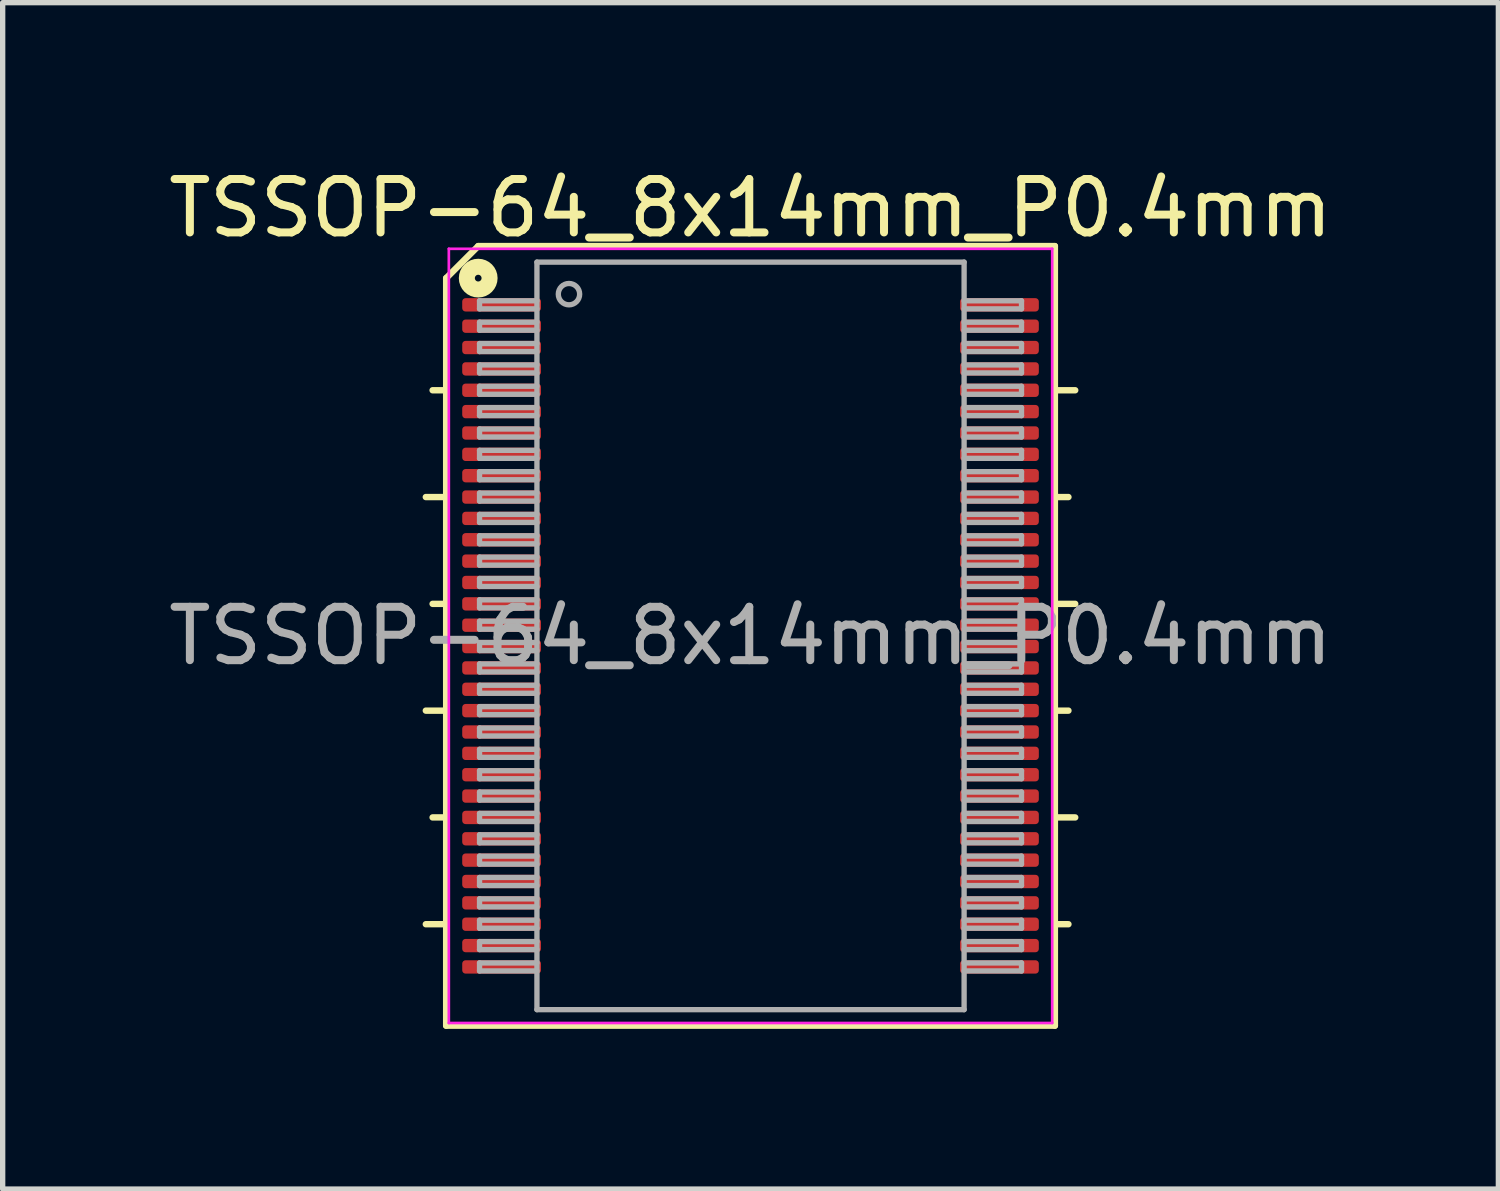
<source format=kicad_pcb>
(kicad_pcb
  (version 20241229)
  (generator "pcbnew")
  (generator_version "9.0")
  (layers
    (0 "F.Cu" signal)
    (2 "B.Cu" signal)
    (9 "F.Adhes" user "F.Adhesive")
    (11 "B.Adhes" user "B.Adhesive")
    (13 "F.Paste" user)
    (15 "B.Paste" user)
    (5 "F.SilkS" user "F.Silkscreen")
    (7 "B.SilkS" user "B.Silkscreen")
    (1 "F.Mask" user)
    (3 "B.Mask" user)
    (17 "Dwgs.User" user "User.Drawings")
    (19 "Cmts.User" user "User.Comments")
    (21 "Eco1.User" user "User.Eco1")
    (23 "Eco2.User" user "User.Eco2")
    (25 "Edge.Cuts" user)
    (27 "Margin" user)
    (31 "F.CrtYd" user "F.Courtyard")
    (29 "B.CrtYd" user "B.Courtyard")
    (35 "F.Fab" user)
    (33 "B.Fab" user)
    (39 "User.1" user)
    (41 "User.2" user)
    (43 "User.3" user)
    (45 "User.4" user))
  (footprint "TSSOP-64_8x14mm_P0.4mm"
    (layer "F.Cu")
    (at 11.006 8.859)
    (property "Reference" "TSSOP-64_8x14mm_P0.4mm" (at 0 -8.011 0) (layer "F.SilkS") (effects (font (size 1 1) (thickness 0.15))))
    (attr smd)
    (fp_line (start -5.7 -6.7) (end -5.7 7.3) (stroke (width 0.12) (type solid)) (layer "F.SilkS"))
    (fp_line (start -5.7 -6.7) (end -5.1 -7.3) (stroke (width 0.12) (type solid)) (layer "F.SilkS"))
    (fp_line (start -5.7 -4.6) (end -5.954 -4.6) (stroke (width 0.12) (type solid)) (layer "F.SilkS"))
    (fp_line (start -5.7 -2.6) (end -6.081 -2.6) (stroke (width 0.12) (type solid)) (layer "F.SilkS"))
    (fp_line (start -5.7 -0.6) (end -5.954 -0.6) (stroke (width 0.12) (type solid)) (layer "F.SilkS"))
    (fp_line (start -5.7 1.4) (end -6.081 1.4) (stroke (width 0.12) (type solid)) (layer "F.SilkS"))
    (fp_line (start -5.7 3.4) (end -5.954 3.4) (stroke (width 0.12) (type solid)) (layer "F.SilkS"))
    (fp_line (start -5.7 5.4) (end -6.081 5.4) (stroke (width 0.12) (type solid)) (layer "F.SilkS"))
    (fp_line (start -5.7 7.3) (end 5.7 7.3) (stroke (width 0.12) (type solid)) (layer "F.SilkS"))
    (fp_line (start 5.7 -7.3) (end -5.1 -7.3) (stroke (width 0.12) (type solid)) (layer "F.SilkS"))
    (fp_line (start 5.7 5.4) (end 5.954 5.4) (stroke (width 0.12) (type solid)) (layer "F.SilkS"))
    (fp_line (start 5.7 7.3) (end 5.7 -7.3) (stroke (width 0.12) (type solid)) (layer "F.SilkS"))
    (fp_line (start 5.954 -2.6) (end 5.7 -2.6) (stroke (width 0.12) (type solid)) (layer "F.SilkS"))
    (fp_line (start 5.954 1.4) (end 5.7 1.4) (stroke (width 0.12) (type solid)) (layer "F.SilkS"))
    (fp_line (start 6.081 -4.6) (end 5.7 -4.6) (stroke (width 0.12) (type solid)) (layer "F.SilkS"))
    (fp_line (start 6.081 -0.6) (end 5.7 -0.6) (stroke (width 0.12) (type solid)) (layer "F.SilkS"))
    (fp_line (start 6.081 3.4) (end 5.7 3.4) (stroke (width 0.12) (type solid)) (layer "F.SilkS"))
    (fp_circle (center -5.1 -6.7) (end -5.037 -6.7) (stroke (width 0.3) (type solid)) (fill no) (layer "F.SilkS"))
    (fp_line (start -5.65 -7.25) (end -5.65 7.25) (stroke (width 0.05) (type solid)) (layer "F.CrtYd"))
    (fp_line (start -5.65 7.25) (end 5.65 7.25) (stroke (width 0.05) (type solid)) (layer "F.CrtYd"))
    (fp_line (start 5.65 -7.25) (end -5.65 -7.25) (stroke (width 0.05) (type solid)) (layer "F.CrtYd"))
    (fp_line (start 5.65 7.25) (end 5.65 -7.25) (stroke (width 0.05) (type solid)) (layer "F.CrtYd"))
    (fp_line (start -5.075 -6.275) (end -5.075 -6.125) (stroke (width 0.1) (type solid)) (layer "F.Fab"))
    (fp_line (start -5.075 -6.275) (end -4 -6.275) (stroke (width 0.1) (type solid)) (layer "F.Fab"))
    (fp_line (start -5.075 -6.125) (end -4 -6.125) (stroke (width 0.1) (type solid)) (layer "F.Fab"))
    (fp_line (start -5.075 -5.875) (end -5.075 -5.725) (stroke (width 0.1) (type solid)) (layer "F.Fab"))
    (fp_line (start -5.075 -5.875) (end -4 -5.875) (stroke (width 0.1) (type solid)) (layer "F.Fab"))
    (fp_line (start -5.075 -5.725) (end -4 -5.725) (stroke (width 0.1) (type solid)) (layer "F.Fab"))
    (fp_line (start -5.075 -5.475) (end -5.075 -5.325) (stroke (width 0.1) (type solid)) (layer "F.Fab"))
    (fp_line (start -5.075 -5.475) (end -4 -5.475) (stroke (width 0.1) (type solid)) (layer "F.Fab"))
    (fp_line (start -5.075 -5.325) (end -4 -5.325) (stroke (width 0.1) (type solid)) (layer "F.Fab"))
    (fp_line (start -5.075 -5.075) (end -5.075 -4.925) (stroke (width 0.1) (type solid)) (layer "F.Fab"))
    (fp_line (start -5.075 -5.075) (end -4 -5.075) (stroke (width 0.1) (type solid)) (layer "F.Fab"))
    (fp_line (start -5.075 -4.925) (end -4 -4.925) (stroke (width 0.1) (type solid)) (layer "F.Fab"))
    (fp_line (start -5.075 -4.675) (end -5.075 -4.525) (stroke (width 0.1) (type solid)) (layer "F.Fab"))
    (fp_line (start -5.075 -4.675) (end -4 -4.675) (stroke (width 0.1) (type solid)) (layer "F.Fab"))
    (fp_line (start -5.075 -4.525) (end -4 -4.525) (stroke (width 0.1) (type solid)) (layer "F.Fab"))
    (fp_line (start -5.075 -4.275) (end -5.075 -4.125) (stroke (width 0.1) (type solid)) (layer "F.Fab"))
    (fp_line (start -5.075 -4.275) (end -4 -4.275) (stroke (width 0.1) (type solid)) (layer "F.Fab"))
    (fp_line (start -5.075 -4.125) (end -4 -4.125) (stroke (width 0.1) (type solid)) (layer "F.Fab"))
    (fp_line (start -5.075 -3.875) (end -5.075 -3.725) (stroke (width 0.1) (type solid)) (layer "F.Fab"))
    (fp_line (start -5.075 -3.875) (end -4 -3.875) (stroke (width 0.1) (type solid)) (layer "F.Fab"))
    (fp_line (start -5.075 -3.725) (end -4 -3.725) (stroke (width 0.1) (type solid)) (layer "F.Fab"))
    (fp_line (start -5.075 -3.475) (end -5.075 -3.325) (stroke (width 0.1) (type solid)) (layer "F.Fab"))
    (fp_line (start -5.075 -3.475) (end -4 -3.475) (stroke (width 0.1) (type solid)) (layer "F.Fab"))
    (fp_line (start -5.075 -3.325) (end -4 -3.325) (stroke (width 0.1) (type solid)) (layer "F.Fab"))
    (fp_line (start -5.075 -3.075) (end -5.075 -2.925) (stroke (width 0.1) (type solid)) (layer "F.Fab"))
    (fp_line (start -5.075 -3.075) (end -4 -3.075) (stroke (width 0.1) (type solid)) (layer "F.Fab"))
    (fp_line (start -5.075 -2.925) (end -4 -2.925) (stroke (width 0.1) (type solid)) (layer "F.Fab"))
    (fp_line (start -5.075 -2.675) (end -5.075 -2.525) (stroke (width 0.1) (type solid)) (layer "F.Fab"))
    (fp_line (start -5.075 -2.675) (end -4 -2.675) (stroke (width 0.1) (type solid)) (layer "F.Fab"))
    (fp_line (start -5.075 -2.525) (end -4 -2.525) (stroke (width 0.1) (type solid)) (layer "F.Fab"))
    (fp_line (start -5.075 -2.275) (end -5.075 -2.125) (stroke (width 0.1) (type solid)) (layer "F.Fab"))
    (fp_line (start -5.075 -2.275) (end -4 -2.275) (stroke (width 0.1) (type solid)) (layer "F.Fab"))
    (fp_line (start -5.075 -2.125) (end -4 -2.125) (stroke (width 0.1) (type solid)) (layer "F.Fab"))
    (fp_line (start -5.075 -1.875) (end -5.075 -1.725) (stroke (width 0.1) (type solid)) (layer "F.Fab"))
    (fp_line (start -5.075 -1.875) (end -4 -1.875) (stroke (width 0.1) (type solid)) (layer "F.Fab"))
    (fp_line (start -5.075 -1.725) (end -4 -1.725) (stroke (width 0.1) (type solid)) (layer "F.Fab"))
    (fp_line (start -5.075 -1.475) (end -5.075 -1.325) (stroke (width 0.1) (type solid)) (layer "F.Fab"))
    (fp_line (start -5.075 -1.475) (end -4 -1.475) (stroke (width 0.1) (type solid)) (layer "F.Fab"))
    (fp_line (start -5.075 -1.325) (end -4 -1.325) (stroke (width 0.1) (type solid)) (layer "F.Fab"))
    (fp_line (start -5.075 -1.075) (end -5.075 -0.925) (stroke (width 0.1) (type solid)) (layer "F.Fab"))
    (fp_line (start -5.075 -1.075) (end -4 -1.075) (stroke (width 0.1) (type solid)) (layer "F.Fab"))
    (fp_line (start -5.075 -0.925) (end -4 -0.925) (stroke (width 0.1) (type solid)) (layer "F.Fab"))
    (fp_line (start -5.075 -0.675) (end -5.075 -0.525) (stroke (width 0.1) (type solid)) (layer "F.Fab"))
    (fp_line (start -5.075 -0.675) (end -4 -0.675) (stroke (width 0.1) (type solid)) (layer "F.Fab"))
    (fp_line (start -5.075 -0.525) (end -4 -0.525) (stroke (width 0.1) (type solid)) (layer "F.Fab"))
    (fp_line (start -5.075 -0.275) (end -5.075 -0.125) (stroke (width 0.1) (type solid)) (layer "F.Fab"))
    (fp_line (start -5.075 -0.275) (end -4 -0.275) (stroke (width 0.1) (type solid)) (layer "F.Fab"))
    (fp_line (start -5.075 -0.125) (end -4 -0.125) (stroke (width 0.1) (type solid)) (layer "F.Fab"))
    (fp_line (start -5.075 0.125) (end -5.075 0.275) (stroke (width 0.1) (type solid)) (layer "F.Fab"))
    (fp_line (start -5.075 0.125) (end -4 0.125) (stroke (width 0.1) (type solid)) (layer "F.Fab"))
    (fp_line (start -5.075 0.275) (end -4 0.275) (stroke (width 0.1) (type solid)) (layer "F.Fab"))
    (fp_line (start -5.075 0.525) (end -5.075 0.675) (stroke (width 0.1) (type solid)) (layer "F.Fab"))
    (fp_line (start -5.075 0.525) (end -4 0.525) (stroke (width 0.1) (type solid)) (layer "F.Fab"))
    (fp_line (start -5.075 0.675) (end -4 0.675) (stroke (width 0.1) (type solid)) (layer "F.Fab"))
    (fp_line (start -5.075 0.925) (end -5.075 1.075) (stroke (width 0.1) (type solid)) (layer "F.Fab"))
    (fp_line (start -5.075 0.925) (end -4 0.925) (stroke (width 0.1) (type solid)) (layer "F.Fab"))
    (fp_line (start -5.075 1.075) (end -4 1.075) (stroke (width 0.1) (type solid)) (layer "F.Fab"))
    (fp_line (start -5.075 1.325) (end -5.075 1.475) (stroke (width 0.1) (type solid)) (layer "F.Fab"))
    (fp_line (start -5.075 1.325) (end -4 1.325) (stroke (width 0.1) (type solid)) (layer "F.Fab"))
    (fp_line (start -5.075 1.475) (end -4 1.475) (stroke (width 0.1) (type solid)) (layer "F.Fab"))
    (fp_line (start -5.075 1.725) (end -5.075 1.875) (stroke (width 0.1) (type solid)) (layer "F.Fab"))
    (fp_line (start -5.075 1.725) (end -4 1.725) (stroke (width 0.1) (type solid)) (layer "F.Fab"))
    (fp_line (start -5.075 1.875) (end -4 1.875) (stroke (width 0.1) (type solid)) (layer "F.Fab"))
    (fp_line (start -5.075 2.125) (end -5.075 2.275) (stroke (width 0.1) (type solid)) (layer "F.Fab"))
    (fp_line (start -5.075 2.125) (end -4 2.125) (stroke (width 0.1) (type solid)) (layer "F.Fab"))
    (fp_line (start -5.075 2.275) (end -4 2.275) (stroke (width 0.1) (type solid)) (layer "F.Fab"))
    (fp_line (start -5.075 2.525) (end -5.075 2.675) (stroke (width 0.1) (type solid)) (layer "F.Fab"))
    (fp_line (start -5.075 2.525) (end -4 2.525) (stroke (width 0.1) (type solid)) (layer "F.Fab"))
    (fp_line (start -5.075 2.675) (end -4 2.675) (stroke (width 0.1) (type solid)) (layer "F.Fab"))
    (fp_line (start -5.075 2.925) (end -5.075 3.075) (stroke (width 0.1) (type solid)) (layer "F.Fab"))
    (fp_line (start -5.075 2.925) (end -4 2.925) (stroke (width 0.1) (type solid)) (layer "F.Fab"))
    (fp_line (start -5.075 3.075) (end -4 3.075) (stroke (width 0.1) (type solid)) (layer "F.Fab"))
    (fp_line (start -5.075 3.325) (end -5.075 3.475) (stroke (width 0.1) (type solid)) (layer "F.Fab"))
    (fp_line (start -5.075 3.325) (end -4 3.325) (stroke (width 0.1) (type solid)) (layer "F.Fab"))
    (fp_line (start -5.075 3.475) (end -4 3.475) (stroke (width 0.1) (type solid)) (layer "F.Fab"))
    (fp_line (start -5.075 3.725) (end -5.075 3.875) (stroke (width 0.1) (type solid)) (layer "F.Fab"))
    (fp_line (start -5.075 3.725) (end -4 3.725) (stroke (width 0.1) (type solid)) (layer "F.Fab"))
    (fp_line (start -5.075 3.875) (end -4 3.875) (stroke (width 0.1) (type solid)) (layer "F.Fab"))
    (fp_line (start -5.075 4.125) (end -5.075 4.275) (stroke (width 0.1) (type solid)) (layer "F.Fab"))
    (fp_line (start -5.075 4.125) (end -4 4.125) (stroke (width 0.1) (type solid)) (layer "F.Fab"))
    (fp_line (start -5.075 4.275) (end -4 4.275) (stroke (width 0.1) (type solid)) (layer "F.Fab"))
    (fp_line (start -5.075 4.525) (end -5.075 4.675) (stroke (width 0.1) (type solid)) (layer "F.Fab"))
    (fp_line (start -5.075 4.525) (end -4 4.525) (stroke (width 0.1) (type solid)) (layer "F.Fab"))
    (fp_line (start -5.075 4.675) (end -4 4.675) (stroke (width 0.1) (type solid)) (layer "F.Fab"))
    (fp_line (start -5.075 4.925) (end -5.075 5.075) (stroke (width 0.1) (type solid)) (layer "F.Fab"))
    (fp_line (start -5.075 4.925) (end -4 4.925) (stroke (width 0.1) (type solid)) (layer "F.Fab"))
    (fp_line (start -5.075 5.075) (end -4 5.075) (stroke (width 0.1) (type solid)) (layer "F.Fab"))
    (fp_line (start -5.075 5.325) (end -5.075 5.475) (stroke (width 0.1) (type solid)) (layer "F.Fab"))
    (fp_line (start -5.075 5.325) (end -4 5.325) (stroke (width 0.1) (type solid)) (layer "F.Fab"))
    (fp_line (start -5.075 5.475) (end -4 5.475) (stroke (width 0.1) (type solid)) (layer "F.Fab"))
    (fp_line (start -5.075 5.725) (end -5.075 5.875) (stroke (width 0.1) (type solid)) (layer "F.Fab"))
    (fp_line (start -5.075 5.725) (end -4 5.725) (stroke (width 0.1) (type solid)) (layer "F.Fab"))
    (fp_line (start -5.075 5.875) (end -4 5.875) (stroke (width 0.1) (type solid)) (layer "F.Fab"))
    (fp_line (start -5.075 6.125) (end -5.075 6.275) (stroke (width 0.1) (type solid)) (layer "F.Fab"))
    (fp_line (start -5.075 6.125) (end -4 6.125) (stroke (width 0.1) (type solid)) (layer "F.Fab"))
    (fp_line (start -5.075 6.275) (end -4 6.275) (stroke (width 0.1) (type solid)) (layer "F.Fab"))
    (fp_line (start -4 -7) (end 4 -7) (stroke (width 0.1) (type solid)) (layer "F.Fab"))
    (fp_line (start -4 7) (end -4 -7) (stroke (width 0.1) (type solid)) (layer "F.Fab"))
    (fp_line (start 4 -7) (end 4 7) (stroke (width 0.1) (type solid)) (layer "F.Fab"))
    (fp_line (start 4 7) (end -4 7) (stroke (width 0.1) (type solid)) (layer "F.Fab"))
    (fp_line (start 5.075 -6.275) (end 4 -6.275) (stroke (width 0.1) (type solid)) (layer "F.Fab"))
    (fp_line (start 5.075 -6.125) (end 4 -6.125) (stroke (width 0.1) (type solid)) (layer "F.Fab"))
    (fp_line (start 5.075 -6.125) (end 5.075 -6.275) (stroke (width 0.1) (type solid)) (layer "F.Fab"))
    (fp_line (start 5.075 -5.875) (end 4 -5.875) (stroke (width 0.1) (type solid)) (layer "F.Fab"))
    (fp_line (start 5.075 -5.725) (end 4 -5.725) (stroke (width 0.1) (type solid)) (layer "F.Fab"))
    (fp_line (start 5.075 -5.725) (end 5.075 -5.875) (stroke (width 0.1) (type solid)) (layer "F.Fab"))
    (fp_line (start 5.075 -5.475) (end 4 -5.475) (stroke (width 0.1) (type solid)) (layer "F.Fab"))
    (fp_line (start 5.075 -5.325) (end 4 -5.325) (stroke (width 0.1) (type solid)) (layer "F.Fab"))
    (fp_line (start 5.075 -5.325) (end 5.075 -5.475) (stroke (width 0.1) (type solid)) (layer "F.Fab"))
    (fp_line (start 5.075 -5.075) (end 4 -5.075) (stroke (width 0.1) (type solid)) (layer "F.Fab"))
    (fp_line (start 5.075 -4.925) (end 4 -4.925) (stroke (width 0.1) (type solid)) (layer "F.Fab"))
    (fp_line (start 5.075 -4.925) (end 5.075 -5.075) (stroke (width 0.1) (type solid)) (layer "F.Fab"))
    (fp_line (start 5.075 -4.675) (end 4 -4.675) (stroke (width 0.1) (type solid)) (layer "F.Fab"))
    (fp_line (start 5.075 -4.525) (end 4 -4.525) (stroke (width 0.1) (type solid)) (layer "F.Fab"))
    (fp_line (start 5.075 -4.525) (end 5.075 -4.675) (stroke (width 0.1) (type solid)) (layer "F.Fab"))
    (fp_line (start 5.075 -4.275) (end 4 -4.275) (stroke (width 0.1) (type solid)) (layer "F.Fab"))
    (fp_line (start 5.075 -4.125) (end 4 -4.125) (stroke (width 0.1) (type solid)) (layer "F.Fab"))
    (fp_line (start 5.075 -4.125) (end 5.075 -4.275) (stroke (width 0.1) (type solid)) (layer "F.Fab"))
    (fp_line (start 5.075 -3.875) (end 4 -3.875) (stroke (width 0.1) (type solid)) (layer "F.Fab"))
    (fp_line (start 5.075 -3.725) (end 4 -3.725) (stroke (width 0.1) (type solid)) (layer "F.Fab"))
    (fp_line (start 5.075 -3.725) (end 5.075 -3.875) (stroke (width 0.1) (type solid)) (layer "F.Fab"))
    (fp_line (start 5.075 -3.475) (end 4 -3.475) (stroke (width 0.1) (type solid)) (layer "F.Fab"))
    (fp_line (start 5.075 -3.325) (end 4 -3.325) (stroke (width 0.1) (type solid)) (layer "F.Fab"))
    (fp_line (start 5.075 -3.325) (end 5.075 -3.475) (stroke (width 0.1) (type solid)) (layer "F.Fab"))
    (fp_line (start 5.075 -3.075) (end 4 -3.075) (stroke (width 0.1) (type solid)) (layer "F.Fab"))
    (fp_line (start 5.075 -2.925) (end 4 -2.925) (stroke (width 0.1) (type solid)) (layer "F.Fab"))
    (fp_line (start 5.075 -2.925) (end 5.075 -3.075) (stroke (width 0.1) (type solid)) (layer "F.Fab"))
    (fp_line (start 5.075 -2.675) (end 4 -2.675) (stroke (width 0.1) (type solid)) (layer "F.Fab"))
    (fp_line (start 5.075 -2.525) (end 4 -2.525) (stroke (width 0.1) (type solid)) (layer "F.Fab"))
    (fp_line (start 5.075 -2.525) (end 5.075 -2.675) (stroke (width 0.1) (type solid)) (layer "F.Fab"))
    (fp_line (start 5.075 -2.275) (end 4 -2.275) (stroke (width 0.1) (type solid)) (layer "F.Fab"))
    (fp_line (start 5.075 -2.125) (end 4 -2.125) (stroke (width 0.1) (type solid)) (layer "F.Fab"))
    (fp_line (start 5.075 -2.125) (end 5.075 -2.275) (stroke (width 0.1) (type solid)) (layer "F.Fab"))
    (fp_line (start 5.075 -1.875) (end 4 -1.875) (stroke (width 0.1) (type solid)) (layer "F.Fab"))
    (fp_line (start 5.075 -1.725) (end 4 -1.725) (stroke (width 0.1) (type solid)) (layer "F.Fab"))
    (fp_line (start 5.075 -1.725) (end 5.075 -1.875) (stroke (width 0.1) (type solid)) (layer "F.Fab"))
    (fp_line (start 5.075 -1.475) (end 4 -1.475) (stroke (width 0.1) (type solid)) (layer "F.Fab"))
    (fp_line (start 5.075 -1.325) (end 4 -1.325) (stroke (width 0.1) (type solid)) (layer "F.Fab"))
    (fp_line (start 5.075 -1.325) (end 5.075 -1.475) (stroke (width 0.1) (type solid)) (layer "F.Fab"))
    (fp_line (start 5.075 -1.075) (end 4 -1.075) (stroke (width 0.1) (type solid)) (layer "F.Fab"))
    (fp_line (start 5.075 -0.925) (end 4 -0.925) (stroke (width 0.1) (type solid)) (layer "F.Fab"))
    (fp_line (start 5.075 -0.925) (end 5.075 -1.075) (stroke (width 0.1) (type solid)) (layer "F.Fab"))
    (fp_line (start 5.075 -0.675) (end 4 -0.675) (stroke (width 0.1) (type solid)) (layer "F.Fab"))
    (fp_line (start 5.075 -0.525) (end 4 -0.525) (stroke (width 0.1) (type solid)) (layer "F.Fab"))
    (fp_line (start 5.075 -0.525) (end 5.075 -0.675) (stroke (width 0.1) (type solid)) (layer "F.Fab"))
    (fp_line (start 5.075 -0.275) (end 4 -0.275) (stroke (width 0.1) (type solid)) (layer "F.Fab"))
    (fp_line (start 5.075 -0.125) (end 4 -0.125) (stroke (width 0.1) (type solid)) (layer "F.Fab"))
    (fp_line (start 5.075 -0.125) (end 5.075 -0.275) (stroke (width 0.1) (type solid)) (layer "F.Fab"))
    (fp_line (start 5.075 0.125) (end 4 0.125) (stroke (width 0.1) (type solid)) (layer "F.Fab"))
    (fp_line (start 5.075 0.275) (end 4 0.275) (stroke (width 0.1) (type solid)) (layer "F.Fab"))
    (fp_line (start 5.075 0.275) (end 5.075 0.125) (stroke (width 0.1) (type solid)) (layer "F.Fab"))
    (fp_line (start 5.075 0.525) (end 4 0.525) (stroke (width 0.1) (type solid)) (layer "F.Fab"))
    (fp_line (start 5.075 0.675) (end 4 0.675) (stroke (width 0.1) (type solid)) (layer "F.Fab"))
    (fp_line (start 5.075 0.675) (end 5.075 0.525) (stroke (width 0.1) (type solid)) (layer "F.Fab"))
    (fp_line (start 5.075 0.925) (end 4 0.925) (stroke (width 0.1) (type solid)) (layer "F.Fab"))
    (fp_line (start 5.075 1.075) (end 4 1.075) (stroke (width 0.1) (type solid)) (layer "F.Fab"))
    (fp_line (start 5.075 1.075) (end 5.075 0.925) (stroke (width 0.1) (type solid)) (layer "F.Fab"))
    (fp_line (start 5.075 1.325) (end 4 1.325) (stroke (width 0.1) (type solid)) (layer "F.Fab"))
    (fp_line (start 5.075 1.475) (end 4 1.475) (stroke (width 0.1) (type solid)) (layer "F.Fab"))
    (fp_line (start 5.075 1.475) (end 5.075 1.325) (stroke (width 0.1) (type solid)) (layer "F.Fab"))
    (fp_line (start 5.075 1.725) (end 4 1.725) (stroke (width 0.1) (type solid)) (layer "F.Fab"))
    (fp_line (start 5.075 1.875) (end 4 1.875) (stroke (width 0.1) (type solid)) (layer "F.Fab"))
    (fp_line (start 5.075 1.875) (end 5.075 1.725) (stroke (width 0.1) (type solid)) (layer "F.Fab"))
    (fp_line (start 5.075 2.125) (end 4 2.125) (stroke (width 0.1) (type solid)) (layer "F.Fab"))
    (fp_line (start 5.075 2.275) (end 4 2.275) (stroke (width 0.1) (type solid)) (layer "F.Fab"))
    (fp_line (start 5.075 2.275) (end 5.075 2.125) (stroke (width 0.1) (type solid)) (layer "F.Fab"))
    (fp_line (start 5.075 2.525) (end 4 2.525) (stroke (width 0.1) (type solid)) (layer "F.Fab"))
    (fp_line (start 5.075 2.675) (end 4 2.675) (stroke (width 0.1) (type solid)) (layer "F.Fab"))
    (fp_line (start 5.075 2.675) (end 5.075 2.525) (stroke (width 0.1) (type solid)) (layer "F.Fab"))
    (fp_line (start 5.075 2.925) (end 4 2.925) (stroke (width 0.1) (type solid)) (layer "F.Fab"))
    (fp_line (start 5.075 3.075) (end 4 3.075) (stroke (width 0.1) (type solid)) (layer "F.Fab"))
    (fp_line (start 5.075 3.075) (end 5.075 2.925) (stroke (width 0.1) (type solid)) (layer "F.Fab"))
    (fp_line (start 5.075 3.325) (end 4 3.325) (stroke (width 0.1) (type solid)) (layer "F.Fab"))
    (fp_line (start 5.075 3.475) (end 4 3.475) (stroke (width 0.1) (type solid)) (layer "F.Fab"))
    (fp_line (start 5.075 3.475) (end 5.075 3.325) (stroke (width 0.1) (type solid)) (layer "F.Fab"))
    (fp_line (start 5.075 3.725) (end 4 3.725) (stroke (width 0.1) (type solid)) (layer "F.Fab"))
    (fp_line (start 5.075 3.875) (end 4 3.875) (stroke (width 0.1) (type solid)) (layer "F.Fab"))
    (fp_line (start 5.075 3.875) (end 5.075 3.725) (stroke (width 0.1) (type solid)) (layer "F.Fab"))
    (fp_line (start 5.075 4.125) (end 4 4.125) (stroke (width 0.1) (type solid)) (layer "F.Fab"))
    (fp_line (start 5.075 4.275) (end 4 4.275) (stroke (width 0.1) (type solid)) (layer "F.Fab"))
    (fp_line (start 5.075 4.275) (end 5.075 4.125) (stroke (width 0.1) (type solid)) (layer "F.Fab"))
    (fp_line (start 5.075 4.525) (end 4 4.525) (stroke (width 0.1) (type solid)) (layer "F.Fab"))
    (fp_line (start 5.075 4.675) (end 4 4.675) (stroke (width 0.1) (type solid)) (layer "F.Fab"))
    (fp_line (start 5.075 4.675) (end 5.075 4.525) (stroke (width 0.1) (type solid)) (layer "F.Fab"))
    (fp_line (start 5.075 4.925) (end 4 4.925) (stroke (width 0.1) (type solid)) (layer "F.Fab"))
    (fp_line (start 5.075 5.075) (end 4 5.075) (stroke (width 0.1) (type solid)) (layer "F.Fab"))
    (fp_line (start 5.075 5.075) (end 5.075 4.925) (stroke (width 0.1) (type solid)) (layer "F.Fab"))
    (fp_line (start 5.075 5.325) (end 4 5.325) (stroke (width 0.1) (type solid)) (layer "F.Fab"))
    (fp_line (start 5.075 5.475) (end 4 5.475) (stroke (width 0.1) (type solid)) (layer "F.Fab"))
    (fp_line (start 5.075 5.475) (end 5.075 5.325) (stroke (width 0.1) (type solid)) (layer "F.Fab"))
    (fp_line (start 5.075 5.725) (end 4 5.725) (stroke (width 0.1) (type solid)) (layer "F.Fab"))
    (fp_line (start 5.075 5.875) (end 4 5.875) (stroke (width 0.1) (type solid)) (layer "F.Fab"))
    (fp_line (start 5.075 5.875) (end 5.075 5.725) (stroke (width 0.1) (type solid)) (layer "F.Fab"))
    (fp_line (start 5.075 6.125) (end 4 6.125) (stroke (width 0.1) (type solid)) (layer "F.Fab"))
    (fp_line (start 5.075 6.275) (end 4 6.275) (stroke (width 0.1) (type solid)) (layer "F.Fab"))
    (fp_line (start 5.075 6.275) (end 5.075 6.125) (stroke (width 0.1) (type solid)) (layer "F.Fab"))
    (fp_circle (center -3.4 -6.4) (end -3.2 -6.4) (stroke (width 0.1) (type solid)) (fill no) (layer "F.Fab"))
    (fp_text user "${REFERENCE}" (at 0 0 0) (layer "F.Fab") (effects (font (size 1 1) (thickness 0.15))))
    (pad "1" smd roundrect (at -4.662 -6.2) (size 1.475 0.25) (layers "F.Cu" "F.Mask" "F.Paste") (roundrect_rratio 0.25))
    (pad "2" smd roundrect (at -4.662 -5.8) (size 1.475 0.25) (layers "F.Cu" "F.Mask" "F.Paste") (roundrect_rratio 0.25))
    (pad "3" smd roundrect (at -4.662 -5.4) (size 1.475 0.25) (layers "F.Cu" "F.Mask" "F.Paste") (roundrect_rratio 0.25))
    (pad "4" smd roundrect (at -4.662 -5) (size 1.475 0.25) (layers "F.Cu" "F.Mask" "F.Paste") (roundrect_rratio 0.25))
    (pad "5" smd roundrect (at -4.662 -4.6) (size 1.475 0.25) (layers "F.Cu" "F.Mask" "F.Paste") (roundrect_rratio 0.25))
    (pad "6" smd roundrect (at -4.662 -4.2) (size 1.475 0.25) (layers "F.Cu" "F.Mask" "F.Paste") (roundrect_rratio 0.25))
    (pad "7" smd roundrect (at -4.662 -3.8) (size 1.475 0.25) (layers "F.Cu" "F.Mask" "F.Paste") (roundrect_rratio 0.25))
    (pad "8" smd roundrect (at -4.662 -3.4) (size 1.475 0.25) (layers "F.Cu" "F.Mask" "F.Paste") (roundrect_rratio 0.25))
    (pad "9" smd roundrect (at -4.662 -3) (size 1.475 0.25) (layers "F.Cu" "F.Mask" "F.Paste") (roundrect_rratio 0.25))
    (pad "10" smd roundrect (at -4.662 -2.6) (size 1.475 0.25) (layers "F.Cu" "F.Mask" "F.Paste") (roundrect_rratio 0.25))
    (pad "11" smd roundrect (at -4.662 -2.2) (size 1.475 0.25) (layers "F.Cu" "F.Mask" "F.Paste") (roundrect_rratio 0.25))
    (pad "12" smd roundrect (at -4.662 -1.8) (size 1.475 0.25) (layers "F.Cu" "F.Mask" "F.Paste") (roundrect_rratio 0.25))
    (pad "13" smd roundrect (at -4.662 -1.4) (size 1.475 0.25) (layers "F.Cu" "F.Mask" "F.Paste") (roundrect_rratio 0.25))
    (pad "14" smd roundrect (at -4.662 -1) (size 1.475 0.25) (layers "F.Cu" "F.Mask" "F.Paste") (roundrect_rratio 0.25))
    (pad "15" smd roundrect (at -4.662 -0.6) (size 1.475 0.25) (layers "F.Cu" "F.Mask" "F.Paste") (roundrect_rratio 0.25))
    (pad "16" smd roundrect (at -4.662 -0.2) (size 1.475 0.25) (layers "F.Cu" "F.Mask" "F.Paste") (roundrect_rratio 0.25))
    (pad "17" smd roundrect (at -4.662 0.2) (size 1.475 0.25) (layers "F.Cu" "F.Mask" "F.Paste") (roundrect_rratio 0.25))
    (pad "18" smd roundrect (at -4.662 0.6) (size 1.475 0.25) (layers "F.Cu" "F.Mask" "F.Paste") (roundrect_rratio 0.25))
    (pad "19" smd roundrect (at -4.662 1) (size 1.475 0.25) (layers "F.Cu" "F.Mask" "F.Paste") (roundrect_rratio 0.25))
    (pad "20" smd roundrect (at -4.662 1.4) (size 1.475 0.25) (layers "F.Cu" "F.Mask" "F.Paste") (roundrect_rratio 0.25))
    (pad "21" smd roundrect (at -4.662 1.8) (size 1.475 0.25) (layers "F.Cu" "F.Mask" "F.Paste") (roundrect_rratio 0.25))
    (pad "22" smd roundrect (at -4.662 2.2) (size 1.475 0.25) (layers "F.Cu" "F.Mask" "F.Paste") (roundrect_rratio 0.25))
    (pad "23" smd roundrect (at -4.662 2.6) (size 1.475 0.25) (layers "F.Cu" "F.Mask" "F.Paste") (roundrect_rratio 0.25))
    (pad "24" smd roundrect (at -4.662 3) (size 1.475 0.25) (layers "F.Cu" "F.Mask" "F.Paste") (roundrect_rratio 0.25))
    (pad "25" smd roundrect (at -4.662 3.4) (size 1.475 0.25) (layers "F.Cu" "F.Mask" "F.Paste") (roundrect_rratio 0.25))
    (pad "26" smd roundrect (at -4.662 3.8) (size 1.475 0.25) (layers "F.Cu" "F.Mask" "F.Paste") (roundrect_rratio 0.25))
    (pad "27" smd roundrect (at -4.662 4.2) (size 1.475 0.25) (layers "F.Cu" "F.Mask" "F.Paste") (roundrect_rratio 0.25))
    (pad "28" smd roundrect (at -4.662 4.6) (size 1.475 0.25) (layers "F.Cu" "F.Mask" "F.Paste") (roundrect_rratio 0.25))
    (pad "29" smd roundrect (at -4.662 5) (size 1.475 0.25) (layers "F.Cu" "F.Mask" "F.Paste") (roundrect_rratio 0.25))
    (pad "30" smd roundrect (at -4.662 5.4) (size 1.475 0.25) (layers "F.Cu" "F.Mask" "F.Paste") (roundrect_rratio 0.25))
    (pad "31" smd roundrect (at -4.662 5.8) (size 1.475 0.25) (layers "F.Cu" "F.Mask" "F.Paste") (roundrect_rratio 0.25))
    (pad "32" smd roundrect (at -4.662 6.2) (size 1.475 0.25) (layers "F.Cu" "F.Mask" "F.Paste") (roundrect_rratio 0.25))
    (pad "33" smd roundrect (at 4.662 6.2) (size 1.475 0.25) (layers "F.Cu" "F.Mask" "F.Paste") (roundrect_rratio 0.25))
    (pad "34" smd roundrect (at 4.662 5.8) (size 1.475 0.25) (layers "F.Cu" "F.Mask" "F.Paste") (roundrect_rratio 0.25))
    (pad "35" smd roundrect (at 4.662 5.4) (size 1.475 0.25) (layers "F.Cu" "F.Mask" "F.Paste") (roundrect_rratio 0.25))
    (pad "36" smd roundrect (at 4.662 5) (size 1.475 0.25) (layers "F.Cu" "F.Mask" "F.Paste") (roundrect_rratio 0.25))
    (pad "37" smd roundrect (at 4.662 4.6) (size 1.475 0.25) (layers "F.Cu" "F.Mask" "F.Paste") (roundrect_rratio 0.25))
    (pad "38" smd roundrect (at 4.662 4.2) (size 1.475 0.25) (layers "F.Cu" "F.Mask" "F.Paste") (roundrect_rratio 0.25))
    (pad "39" smd roundrect (at 4.662 3.8) (size 1.475 0.25) (layers "F.Cu" "F.Mask" "F.Paste") (roundrect_rratio 0.25))
    (pad "40" smd roundrect (at 4.662 3.4) (size 1.475 0.25) (layers "F.Cu" "F.Mask" "F.Paste") (roundrect_rratio 0.25))
    (pad "41" smd roundrect (at 4.662 3) (size 1.475 0.25) (layers "F.Cu" "F.Mask" "F.Paste") (roundrect_rratio 0.25))
    (pad "42" smd roundrect (at 4.662 2.6) (size 1.475 0.25) (layers "F.Cu" "F.Mask" "F.Paste") (roundrect_rratio 0.25))
    (pad "43" smd roundrect (at 4.662 2.2) (size 1.475 0.25) (layers "F.Cu" "F.Mask" "F.Paste") (roundrect_rratio 0.25))
    (pad "44" smd roundrect (at 4.662 1.8) (size 1.475 0.25) (layers "F.Cu" "F.Mask" "F.Paste") (roundrect_rratio 0.25))
    (pad "45" smd roundrect (at 4.662 1.4) (size 1.475 0.25) (layers "F.Cu" "F.Mask" "F.Paste") (roundrect_rratio 0.25))
    (pad "46" smd roundrect (at 4.662 1) (size 1.475 0.25) (layers "F.Cu" "F.Mask" "F.Paste") (roundrect_rratio 0.25))
    (pad "47" smd roundrect (at 4.662 0.6) (size 1.475 0.25) (layers "F.Cu" "F.Mask" "F.Paste") (roundrect_rratio 0.25))
    (pad "48" smd roundrect (at 4.662 0.2) (size 1.475 0.25) (layers "F.Cu" "F.Mask" "F.Paste") (roundrect_rratio 0.25))
    (pad "49" smd roundrect (at 4.662 -0.2) (size 1.475 0.25) (layers "F.Cu" "F.Mask" "F.Paste") (roundrect_rratio 0.25))
    (pad "50" smd roundrect (at 4.662 -0.6) (size 1.475 0.25) (layers "F.Cu" "F.Mask" "F.Paste") (roundrect_rratio 0.25))
    (pad "51" smd roundrect (at 4.662 -1) (size 1.475 0.25) (layers "F.Cu" "F.Mask" "F.Paste") (roundrect_rratio 0.25))
    (pad "52" smd roundrect (at 4.662 -1.4) (size 1.475 0.25) (layers "F.Cu" "F.Mask" "F.Paste") (roundrect_rratio 0.25))
    (pad "53" smd roundrect (at 4.662 -1.8) (size 1.475 0.25) (layers "F.Cu" "F.Mask" "F.Paste") (roundrect_rratio 0.25))
    (pad "54" smd roundrect (at 4.662 -2.2) (size 1.475 0.25) (layers "F.Cu" "F.Mask" "F.Paste") (roundrect_rratio 0.25))
    (pad "55" smd roundrect (at 4.662 -2.6) (size 1.475 0.25) (layers "F.Cu" "F.Mask" "F.Paste") (roundrect_rratio 0.25))
    (pad "56" smd roundrect (at 4.662 -3) (size 1.475 0.25) (layers "F.Cu" "F.Mask" "F.Paste") (roundrect_rratio 0.25))
    (pad "57" smd roundrect (at 4.662 -3.4) (size 1.475 0.25) (layers "F.Cu" "F.Mask" "F.Paste") (roundrect_rratio 0.25))
    (pad "58" smd roundrect (at 4.662 -3.8) (size 1.475 0.25) (layers "F.Cu" "F.Mask" "F.Paste") (roundrect_rratio 0.25))
    (pad "59" smd roundrect (at 4.662 -4.2) (size 1.475 0.25) (layers "F.Cu" "F.Mask" "F.Paste") (roundrect_rratio 0.25))
    (pad "60" smd roundrect (at 4.662 -4.6) (size 1.475 0.25) (layers "F.Cu" "F.Mask" "F.Paste") (roundrect_rratio 0.25))
    (pad "61" smd roundrect (at 4.662 -5) (size 1.475 0.25) (layers "F.Cu" "F.Mask" "F.Paste") (roundrect_rratio 0.25))
    (pad "62" smd roundrect (at 4.662 -5.4) (size 1.475 0.25) (layers "F.Cu" "F.Mask" "F.Paste") (roundrect_rratio 0.25))
    (pad "63" smd roundrect (at 4.662 -5.8) (size 1.475 0.25) (layers "F.Cu" "F.Mask" "F.Paste") (roundrect_rratio 0.25))
    (pad "64" smd roundrect (at 4.662 -6.2) (size 1.475 0.25) (layers "F.Cu" "F.Mask" "F.Paste") (roundrect_rratio 0.25)))
  (gr_rect
    (start -3 -3)
    (end 25.012 19.219)
    (stroke (width 0.1) (type default))
    (fill no)
    (layer "Edge.Cuts")))
</source>
